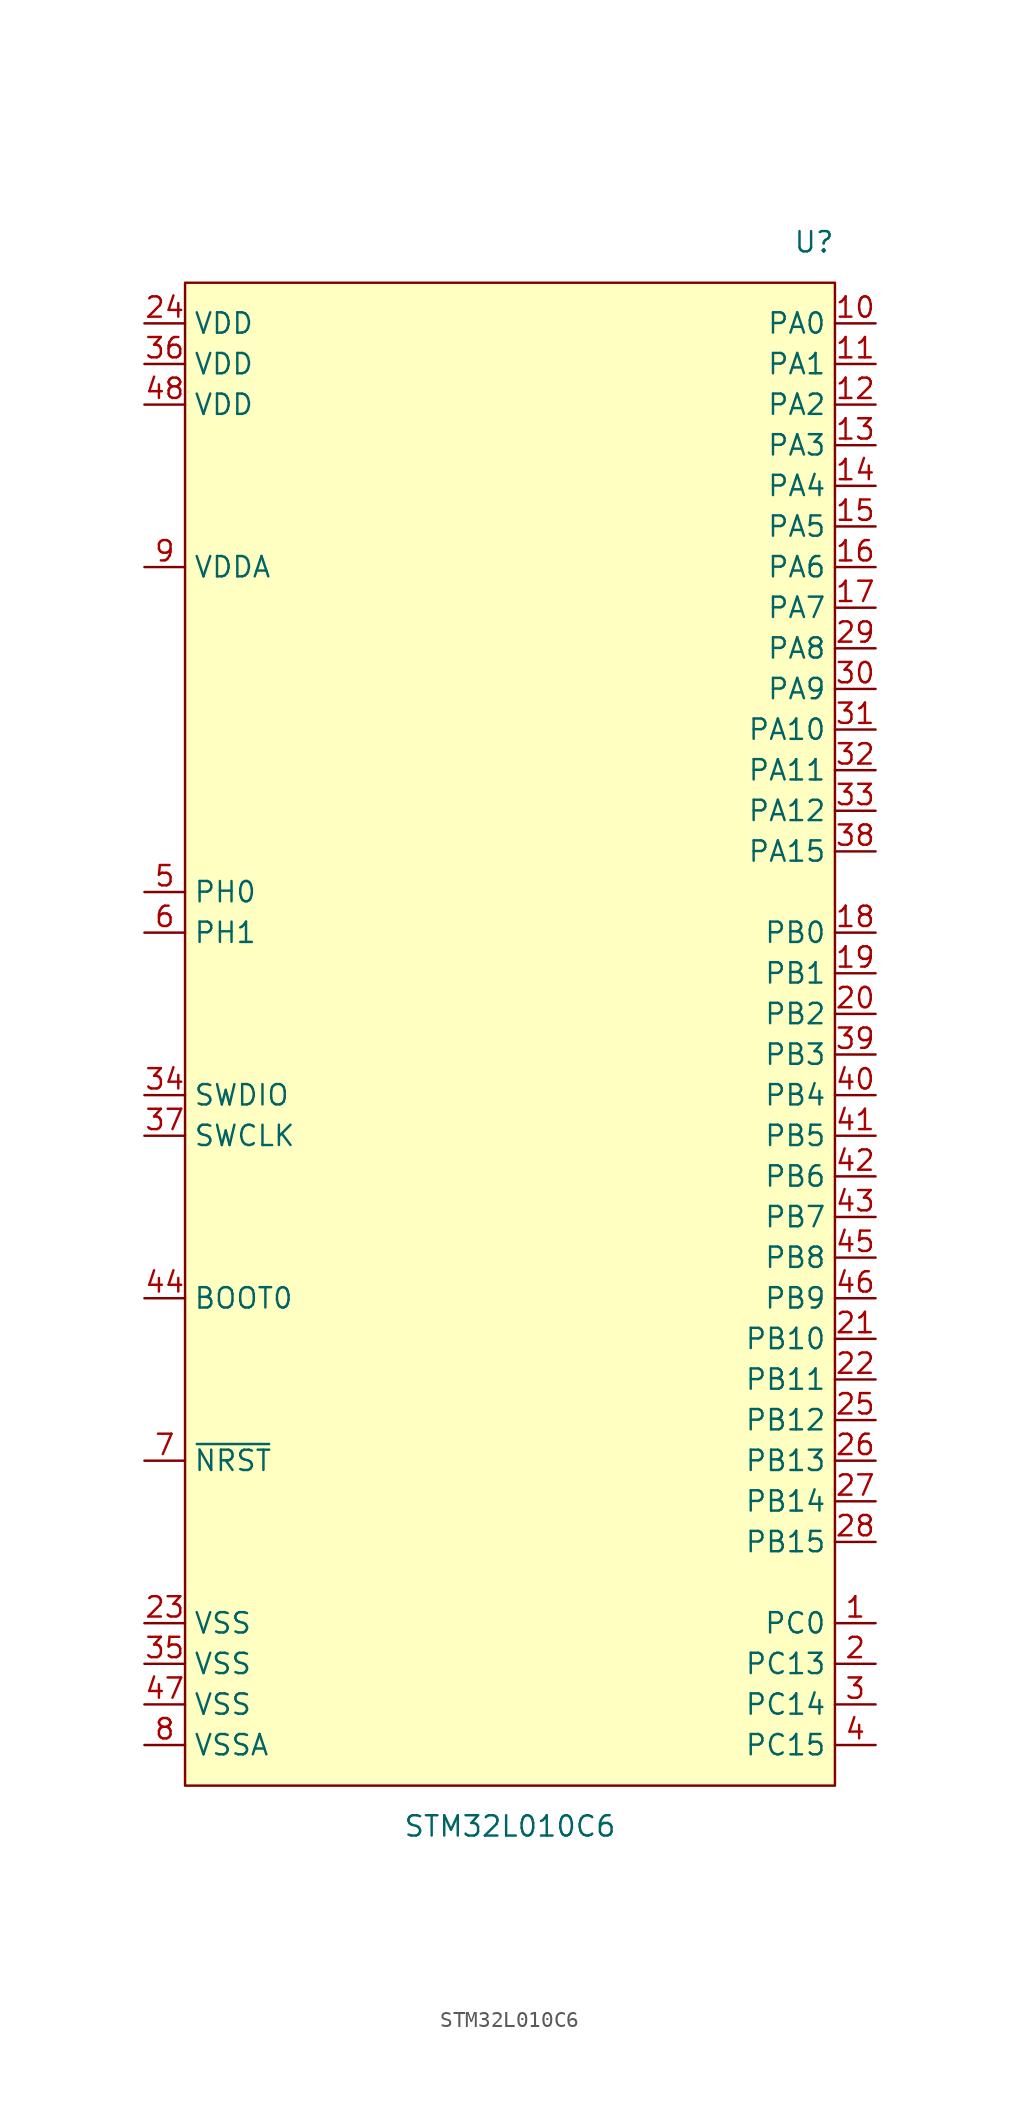
<source format=kicad_sym>
(kicad_symbol_lib
  (version 20231120)
  (generator "kicad_symbol_editor")
  (generator_version "8.0")
  (symbol "STM32L010C6"
    (property "Reference" "U"
      (at 20.32 49.53 0)
      (effects (font (size 1.27 1.27)) (justify right)))
    (property "Value" "STM32L010C6"
      (at 0 -49.53 0)
      (effects (font (size 1.27 1.27))))
    (symbol "STM32L010C6_0_0"
      (pin bidirectional line (at 22.86 -36.83 180) (length 2.54) (name "PC0" (effects (font (size 1.27 1.27)))) (number "1" (effects (font (size 1.27 1.27)))))
      (pin bidirectional line (at 22.86 44.45 180) (length 2.54) (name "PA0" (effects (font (size 1.27 1.27)))) (number "10" (effects (font (size 1.27 1.27)))))
      (pin bidirectional line (at 22.86 41.91 180) (length 2.54) (name "PA1" (effects (font (size 1.27 1.27)))) (number "11" (effects (font (size 1.27 1.27)))))
      (pin bidirectional line (at 22.86 39.37 180) (length 2.54) (name "PA2" (effects (font (size 1.27 1.27)))) (number "12" (effects (font (size 1.27 1.27)))))
      (pin bidirectional line (at 22.86 36.83 180) (length 2.54) (name "PA3" (effects (font (size 1.27 1.27)))) (number "13" (effects (font (size 1.27 1.27)))))
      (pin bidirectional line (at 22.86 34.29 180) (length 2.54) (name "PA4" (effects (font (size 1.27 1.27)))) (number "14" (effects (font (size 1.27 1.27)))))
      (pin bidirectional line (at 22.86 31.75 180) (length 2.54) (name "PA5" (effects (font (size 1.27 1.27)))) (number "15" (effects (font (size 1.27 1.27)))))
      (pin bidirectional line (at 22.86 29.21 180) (length 2.54) (name "PA6" (effects (font (size 1.27 1.27)))) (number "16" (effects (font (size 1.27 1.27)))))
      (pin bidirectional line (at 22.86 26.67 180) (length 2.54) (name "PA7" (effects (font (size 1.27 1.27)))) (number "17" (effects (font (size 1.27 1.27)))))
      (pin bidirectional line (at 22.86 6.35 180) (length 2.54) (name "PB0" (effects (font (size 1.27 1.27)))) (number "18" (effects (font (size 1.27 1.27)))))
      (pin bidirectional line (at 22.86 3.81 180) (length 2.54) (name "PB1" (effects (font (size 1.27 1.27)))) (number "19" (effects (font (size 1.27 1.27)))))
      (pin bidirectional line (at 22.86 -39.37 180) (length 2.54) (name "PC13" (effects (font (size 1.27 1.27)))) (number "2" (effects (font (size 1.27 1.27)))))
      (pin bidirectional line (at 22.86 1.27 180) (length 2.54) (name "PB2" (effects (font (size 1.27 1.27)))) (number "20" (effects (font (size 1.27 1.27)))))
      (pin bidirectional line (at 22.86 -19.05 180) (length 2.54) (name "PB10" (effects (font (size 1.27 1.27)))) (number "21" (effects (font (size 1.27 1.27)))))
      (pin bidirectional line (at 22.86 -21.59 180) (length 2.54) (name "PB11" (effects (font (size 1.27 1.27)))) (number "22" (effects (font (size 1.27 1.27)))))
      (pin power_in line (at -22.86 -36.83 0) (length 2.54) (name "VSS" (effects (font (size 1.27 1.27)))) (number "23" (effects (font (size 1.27 1.27)))))
      (pin power_in line (at -22.86 44.45 0) (length 2.54) (name "VDD" (effects (font (size 1.27 1.27)))) (number "24" (effects (font (size 1.27 1.27)))))
      (pin bidirectional line (at 22.86 -24.13 180) (length 2.54) (name "PB12" (effects (font (size 1.27 1.27)))) (number "25" (effects (font (size 1.27 1.27)))))
      (pin bidirectional line (at 22.86 -26.67 180) (length 2.54) (name "PB13" (effects (font (size 1.27 1.27)))) (number "26" (effects (font (size 1.27 1.27)))))
      (pin bidirectional line (at 22.86 -29.21 180) (length 2.54) (name "PB14" (effects (font (size 1.27 1.27)))) (number "27" (effects (font (size 1.27 1.27)))))
      (pin bidirectional line (at 22.86 -31.75 180) (length 2.54) (name "PB15" (effects (font (size 1.27 1.27)))) (number "28" (effects (font (size 1.27 1.27)))))
      (pin bidirectional line (at 22.86 24.13 180) (length 2.54) (name "PA8" (effects (font (size 1.27 1.27)))) (number "29" (effects (font (size 1.27 1.27)))))
      (pin bidirectional line (at 22.86 -41.91 180) (length 2.54) (name "PC14" (effects (font (size 1.27 1.27)))) (number "3" (effects (font (size 1.27 1.27)))))
      (pin bidirectional line (at 22.86 21.59 180) (length 2.54) (name "PA9" (effects (font (size 1.27 1.27)))) (number "30" (effects (font (size 1.27 1.27)))))
      (pin bidirectional line (at 22.86 19.05 180) (length 2.54) (name "PA10" (effects (font (size 1.27 1.27)))) (number "31" (effects (font (size 1.27 1.27)))))
      (pin bidirectional line (at 22.86 16.51 180) (length 2.54) (name "PA11" (effects (font (size 1.27 1.27)))) (number "32" (effects (font (size 1.27 1.27)))))
      (pin bidirectional line (at 22.86 13.97 180) (length 2.54) (name "PA12" (effects (font (size 1.27 1.27)))) (number "33" (effects (font (size 1.27 1.27)))))
      (pin bidirectional line (at -22.86 -3.81 0) (length 2.54) (name "SWDIO" (effects (font (size 1.27 1.27)))) (number "34" (effects (font (size 1.27 1.27)))))
      (pin power_in line (at -22.86 -39.37 0) (length 2.54) (name "VSS" (effects (font (size 1.27 1.27)))) (number "35" (effects (font (size 1.27 1.27)))))
      (pin power_in line (at -22.86 41.91 0) (length 2.54) (name "VDD" (effects (font (size 1.27 1.27)))) (number "36" (effects (font (size 1.27 1.27)))))
      (pin bidirectional line (at -22.86 -6.35 0) (length 2.54) (name "SWCLK" (effects (font (size 1.27 1.27)))) (number "37" (effects (font (size 1.27 1.27)))))
      (pin bidirectional line (at 22.86 11.43 180) (length 2.54) (name "PA15" (effects (font (size 1.27 1.27)))) (number "38" (effects (font (size 1.27 1.27)))))
      (pin bidirectional line (at 22.86 -1.27 180) (length 2.54) (name "PB3" (effects (font (size 1.27 1.27)))) (number "39" (effects (font (size 1.27 1.27)))))
      (pin bidirectional line (at 22.86 -44.45 180) (length 2.54) (name "PC15" (effects (font (size 1.27 1.27)))) (number "4" (effects (font (size 1.27 1.27)))))
      (pin bidirectional line (at 22.86 -3.81 180) (length 2.54) (name "PB4" (effects (font (size 1.27 1.27)))) (number "40" (effects (font (size 1.27 1.27)))))
      (pin bidirectional line (at 22.86 -6.35 180) (length 2.54) (name "PB5" (effects (font (size 1.27 1.27)))) (number "41" (effects (font (size 1.27 1.27)))))
      (pin bidirectional line (at 22.86 -8.89 180) (length 2.54) (name "PB6" (effects (font (size 1.27 1.27)))) (number "42" (effects (font (size 1.27 1.27)))))
      (pin bidirectional line (at 22.86 -11.43 180) (length 2.54) (name "PB7" (effects (font (size 1.27 1.27)))) (number "43" (effects (font (size 1.27 1.27)))))
      (pin input line (at -22.86 -16.51 0) (length 2.54) (name "BOOT0" (effects (font (size 1.27 1.27)))) (number "44" (effects (font (size 1.27 1.27)))))
      (pin bidirectional line (at 22.86 -13.97 180) (length 2.54) (name "PB8" (effects (font (size 1.27 1.27)))) (number "45" (effects (font (size 1.27 1.27)))))
      (pin bidirectional line (at 22.86 -16.51 180) (length 2.54) (name "PB9" (effects (font (size 1.27 1.27)))) (number "46" (effects (font (size 1.27 1.27)))))
      (pin power_in line (at -22.86 -41.91 0) (length 2.54) (name "VSS" (effects (font (size 1.27 1.27)))) (number "47" (effects (font (size 1.27 1.27)))))
      (pin power_in line (at -22.86 39.37 0) (length 2.54) (name "VDD" (effects (font (size 1.27 1.27)))) (number "48" (effects (font (size 1.27 1.27)))))
      (pin bidirectional line (at -22.86 8.89 0) (length 2.54) (name "PH0" (effects (font (size 1.27 1.27)))) (number "5" (effects (font (size 1.27 1.27)))))
      (pin bidirectional line (at -22.86 6.35 0) (length 2.54) (name "PH1" (effects (font (size 1.27 1.27)))) (number "6" (effects (font (size 1.27 1.27)))))
      (pin input line (at -22.86 -26.67 0) (length 2.54) (name "~{NRST}" (effects (font (size 1.27 1.27)))) (number "7" (effects (font (size 1.27 1.27)))))
      (pin power_in line (at -22.86 -44.45 0) (length 2.54) (name "VSSA" (effects (font (size 1.27 1.27)))) (number "8" (effects (font (size 1.27 1.27)))))
      (pin power_in line (at -22.86 29.21 0) (length 2.54) (name "VDDA" (effects (font (size 1.27 1.27)))) (number "9" (effects (font (size 1.27 1.27))))))
    (symbol "STM32L010C6_1_1"
      (rectangle (start -20.32 46.99) (end 20.32 -46.99) (stroke (width 0) (type default)) (fill (type background))))))
</source>
